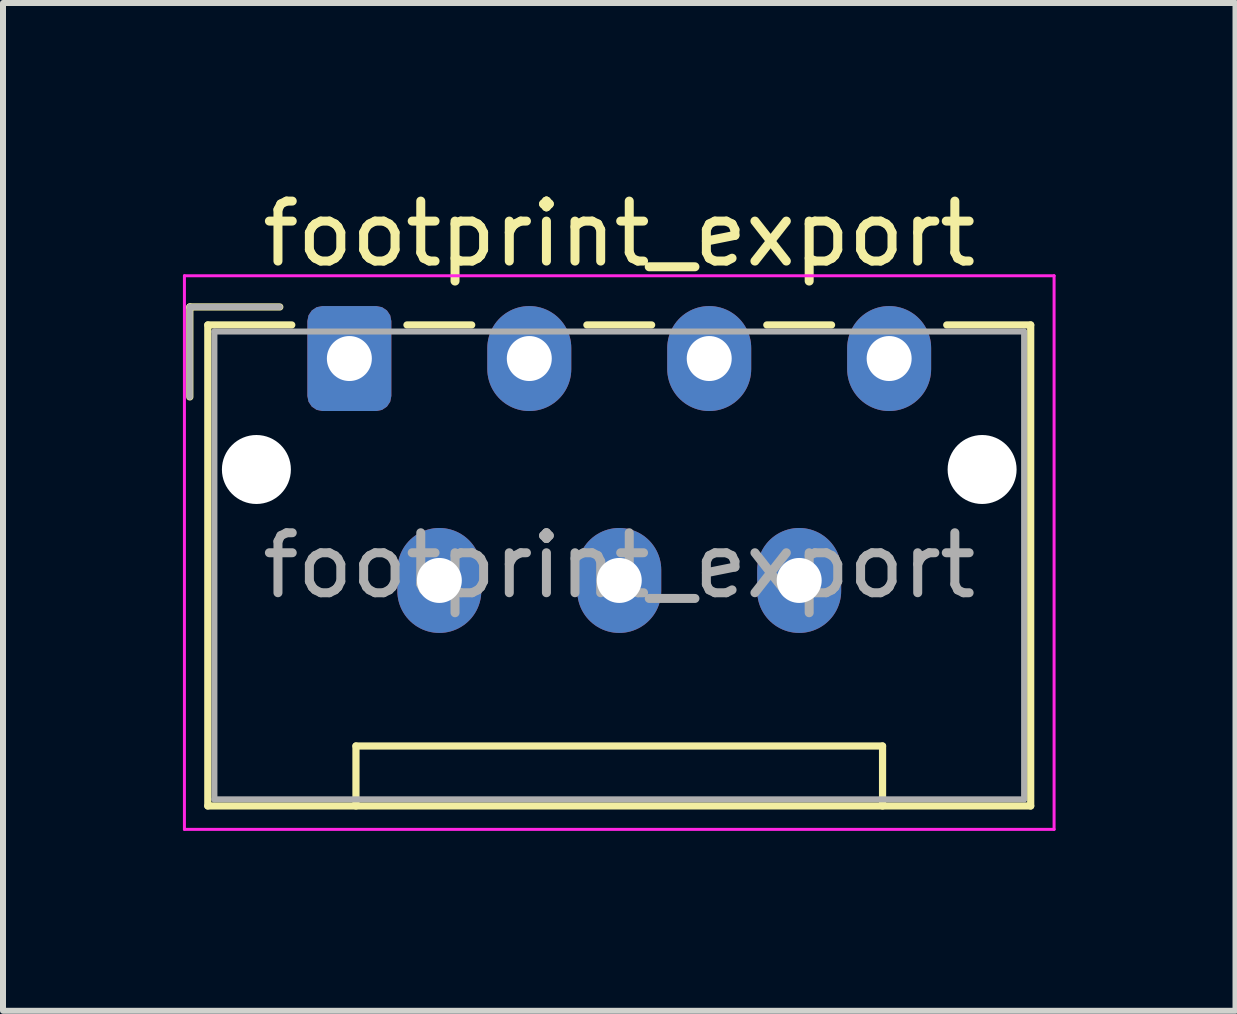
<source format=kicad_pcb>
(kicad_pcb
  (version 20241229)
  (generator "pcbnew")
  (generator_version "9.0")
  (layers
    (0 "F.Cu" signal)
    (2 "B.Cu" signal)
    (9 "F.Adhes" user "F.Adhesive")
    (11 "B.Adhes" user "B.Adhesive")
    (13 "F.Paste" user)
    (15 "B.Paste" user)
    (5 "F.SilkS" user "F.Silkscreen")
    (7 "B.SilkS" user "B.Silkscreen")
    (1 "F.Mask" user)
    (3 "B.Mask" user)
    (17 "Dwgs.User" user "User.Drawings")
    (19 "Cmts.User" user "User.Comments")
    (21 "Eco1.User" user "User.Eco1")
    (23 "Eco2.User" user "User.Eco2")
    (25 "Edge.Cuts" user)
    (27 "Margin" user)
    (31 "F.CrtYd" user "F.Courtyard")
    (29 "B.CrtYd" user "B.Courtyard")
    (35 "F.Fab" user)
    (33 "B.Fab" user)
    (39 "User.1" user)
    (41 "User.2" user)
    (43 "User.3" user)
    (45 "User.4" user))
  (footprint "footprint_export"
    (layer "F.Cu")
    (at 2.775 2.928)
    (property "Reference" "footprint_export" (at 4.5 -2.08 0) (layer "F.SilkS") (effects (font (size 1 1) (thickness 0.15))))
    (attr through_hole)
    (fp_line (start -2.66 -0.86) (end -1.16 -0.86) (stroke (width 0.12) (type solid)) (layer "F.SilkS"))
    (fp_line (start -2.66 0.64) (end -2.66 -0.86) (stroke (width 0.12) (type solid)) (layer "F.SilkS"))
    (fp_line (start -2.36 -0.56) (end -2.36 7.46) (stroke (width 0.12) (type solid)) (layer "F.SilkS"))
    (fp_line (start -2.36 7.46) (end 11.36 7.46) (stroke (width 0.12) (type solid)) (layer "F.SilkS"))
    (fp_line (start -0.96 -0.56) (end -2.36 -0.56) (stroke (width 0.12) (type solid)) (layer "F.SilkS"))
    (fp_line (start 0.11 6.46) (end 8.89 6.46) (stroke (width 0.12) (type solid)) (layer "F.SilkS"))
    (fp_line (start 0.11 7.46) (end 0.11 6.46) (stroke (width 0.12) (type solid)) (layer "F.SilkS"))
    (fp_line (start 0.96 -0.56) (end 2.04 -0.56) (stroke (width 0.12) (type solid)) (layer "F.SilkS"))
    (fp_line (start 3.96 -0.56) (end 5.04 -0.56) (stroke (width 0.12) (type solid)) (layer "F.SilkS"))
    (fp_line (start 6.96 -0.56) (end 8.04 -0.56) (stroke (width 0.12) (type solid)) (layer "F.SilkS"))
    (fp_line (start 8.89 6.46) (end 8.89 7.46) (stroke (width 0.12) (type solid)) (layer "F.SilkS"))
    (fp_line (start 11.36 -0.56) (end 9.96 -0.56) (stroke (width 0.12) (type solid)) (layer "F.SilkS"))
    (fp_line (start 11.36 7.46) (end 11.36 -0.56) (stroke (width 0.12) (type solid)) (layer "F.SilkS"))
    (fp_line (start -2.75 -1.38) (end -2.75 7.85) (stroke (width 0.05) (type solid)) (layer "F.CrtYd"))
    (fp_line (start -2.75 7.85) (end 11.75 7.85) (stroke (width 0.05) (type solid)) (layer "F.CrtYd"))
    (fp_line (start 11.75 -1.38) (end -2.75 -1.38) (stroke (width 0.05) (type solid)) (layer "F.CrtYd"))
    (fp_line (start 11.75 7.85) (end 11.75 -1.38) (stroke (width 0.05) (type solid)) (layer "F.CrtYd"))
    (fp_line (start -2.66 -0.86) (end -1.16 -0.86) (stroke (width 0.1) (type solid)) (layer "F.Fab"))
    (fp_line (start -2.66 0.64) (end -2.66 -0.86) (stroke (width 0.1) (type solid)) (layer "F.Fab"))
    (fp_line (start -2.25 -0.45) (end -2.25 7.35) (stroke (width 0.1) (type solid)) (layer "F.Fab"))
    (fp_line (start -2.25 7.35) (end 11.25 7.35) (stroke (width 0.1) (type solid)) (layer "F.Fab"))
    (fp_line (start 11.25 -0.45) (end -2.25 -0.45) (stroke (width 0.1) (type solid)) (layer "F.Fab"))
    (fp_line (start 11.25 7.35) (end 11.25 -0.45) (stroke (width 0.1) (type solid)) (layer "F.Fab"))
    (fp_text user "${REFERENCE}" (at 4.5 3.45 0) (layer "F.Fab") (effects (font (size 1 1) (thickness 0.15))))
    (pad "" np_thru_hole circle (at -1.55 1.85) (size 1.15 1.15) (drill 1.15) (layers "*.Cu" "*.Mask"))
    (pad "" np_thru_hole circle (at 10.55 1.85) (size 1.15 1.15) (drill 1.15) (layers "*.Cu" "*.Mask"))
    (pad "1" thru_hole roundrect (at 0 0) (size 1.4 1.75) (drill 0.75) (layers "*.Cu" "*.Mask") (roundrect_rratio 0.179))
    (pad "2" thru_hole oval (at 1.5 3.7) (size 1.4 1.75) (drill 0.75) (layers "*.Cu" "*.Mask"))
    (pad "3" thru_hole oval (at 3 0) (size 1.4 1.75) (drill 0.75) (layers "*.Cu" "*.Mask"))
    (pad "4" thru_hole oval (at 4.5 3.7) (size 1.4 1.75) (drill 0.75) (layers "*.Cu" "*.Mask"))
    (pad "5" thru_hole oval (at 6 0) (size 1.4 1.75) (drill 0.75) (layers "*.Cu" "*.Mask"))
    (pad "6" thru_hole oval (at 7.5 3.7) (size 1.4 1.75) (drill 0.75) (layers "*.Cu" "*.Mask"))
    (pad "7" thru_hole oval (at 9 0) (size 1.4 1.75) (drill 0.75) (layers "*.Cu" "*.Mask")))
  (gr_rect
    (start -3 -3)
    (end 17.55 13.803)
    (stroke (width 0.1) (type default))
    (fill no)
    (layer "Edge.Cuts")))
</source>
